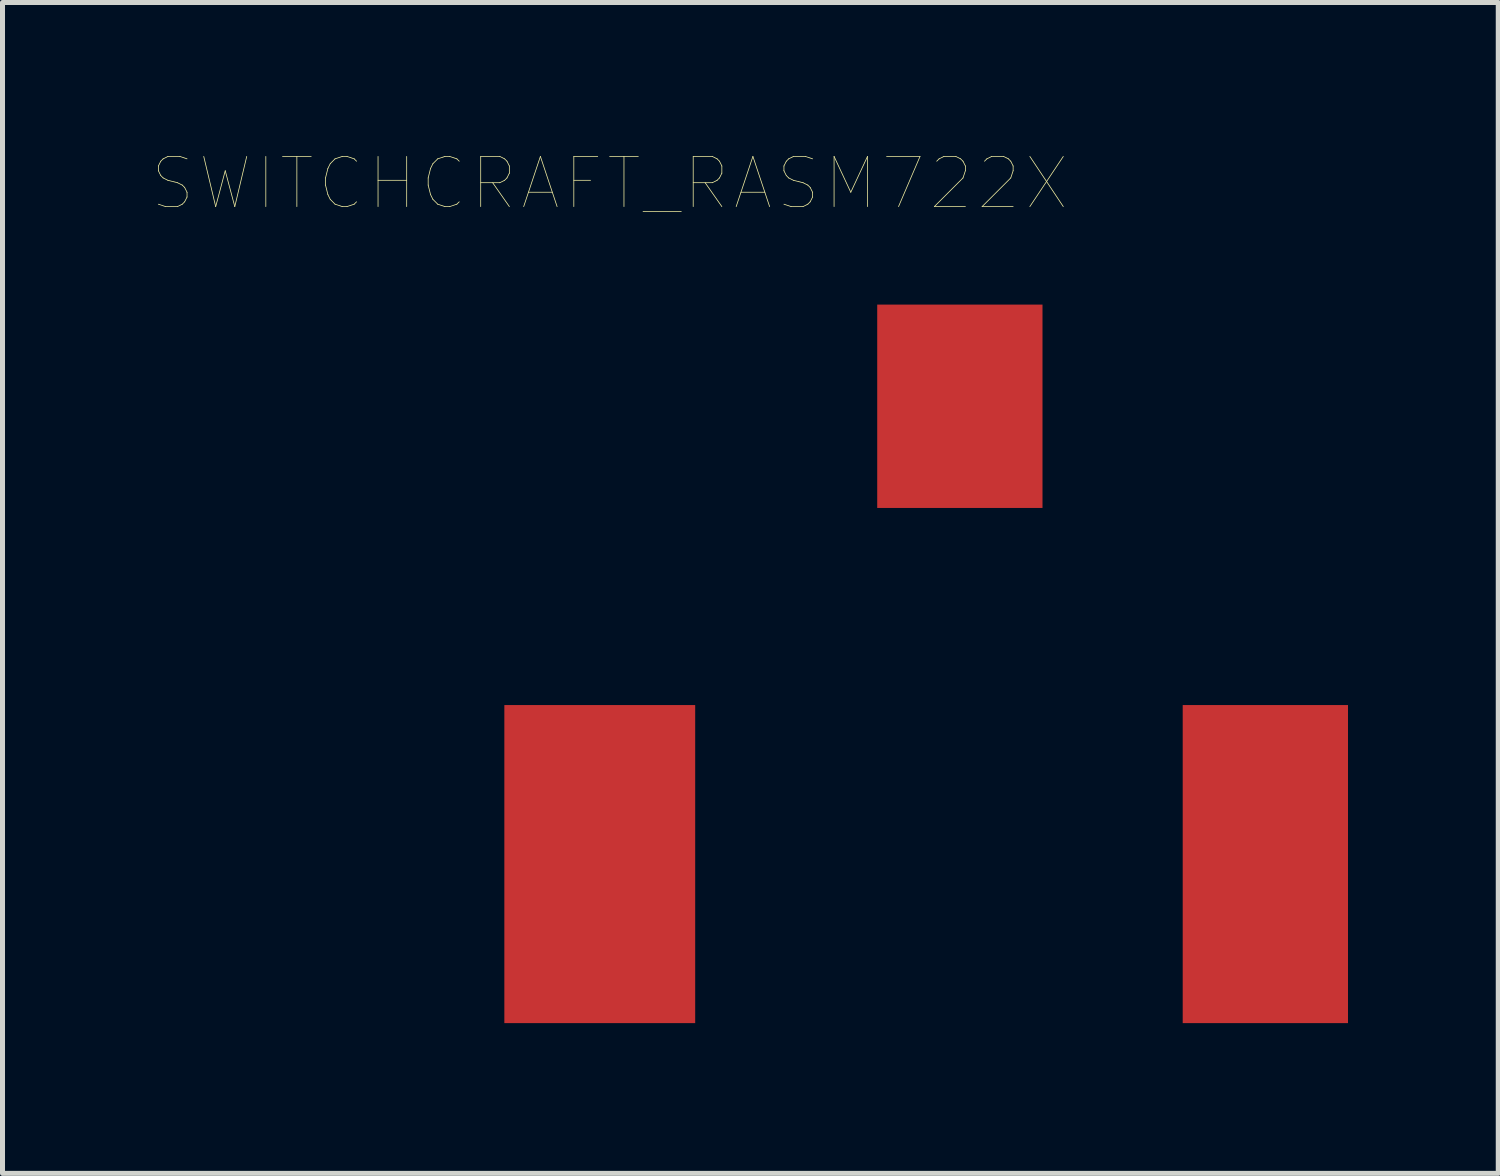
<source format=kicad_pcb>
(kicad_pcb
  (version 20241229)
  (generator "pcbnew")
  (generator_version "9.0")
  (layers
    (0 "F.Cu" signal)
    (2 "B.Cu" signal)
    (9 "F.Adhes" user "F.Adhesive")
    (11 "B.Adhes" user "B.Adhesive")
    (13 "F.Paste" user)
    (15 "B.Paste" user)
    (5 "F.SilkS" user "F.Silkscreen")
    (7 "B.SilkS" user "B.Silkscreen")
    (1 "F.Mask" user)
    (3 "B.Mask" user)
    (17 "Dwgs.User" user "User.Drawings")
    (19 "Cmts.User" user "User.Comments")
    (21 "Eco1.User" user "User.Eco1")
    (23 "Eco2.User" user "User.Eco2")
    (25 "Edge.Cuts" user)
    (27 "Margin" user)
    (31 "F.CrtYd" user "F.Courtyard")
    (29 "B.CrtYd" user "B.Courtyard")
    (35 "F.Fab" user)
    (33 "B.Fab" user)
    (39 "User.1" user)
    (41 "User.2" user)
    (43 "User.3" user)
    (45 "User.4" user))
  (footprint "SWITCHCRAFT_RASM722X"
    (layer "F.Cu")
    (at 16.113 5.061)
    (property "Reference" "SWITCHCRAFT_RASM722X" (at -6.992 -4.449 0) (layer "F.SilkS") (effects (font (size 1.001 1.001) (thickness 0.015))))
    (attr through_hole)
    (pad "PIN" smd rect (at 0 0) (size 3.3 4.06) (layers "F.Cu" "F.Mask" "F.Paste"))
    (pad "SHUNT" smd rect (at 6.099 9.14) (size 3.3 6.35) (layers "F.Cu" "F.Mask" "F.Paste"))
    (pad "SLEEVE" smd rect (at -7.189 9.14) (size 3.81 6.35) (layers "F.Cu" "F.Mask" "F.Paste")))
  (gr_rect
    (start -3 -3)
    (end 26.862 20.376)
    (stroke (width 0.1) (type default))
    (fill no)
    (layer "Edge.Cuts")))
</source>
